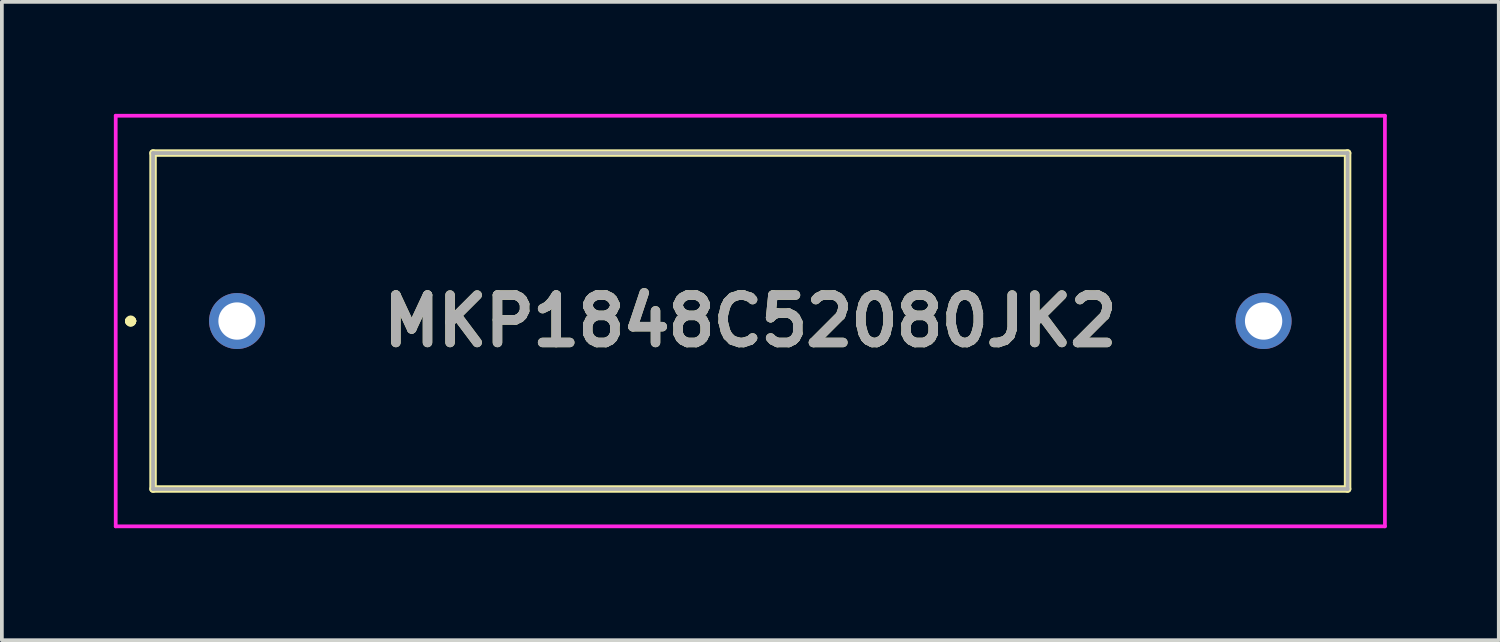
<source format=kicad_pcb>
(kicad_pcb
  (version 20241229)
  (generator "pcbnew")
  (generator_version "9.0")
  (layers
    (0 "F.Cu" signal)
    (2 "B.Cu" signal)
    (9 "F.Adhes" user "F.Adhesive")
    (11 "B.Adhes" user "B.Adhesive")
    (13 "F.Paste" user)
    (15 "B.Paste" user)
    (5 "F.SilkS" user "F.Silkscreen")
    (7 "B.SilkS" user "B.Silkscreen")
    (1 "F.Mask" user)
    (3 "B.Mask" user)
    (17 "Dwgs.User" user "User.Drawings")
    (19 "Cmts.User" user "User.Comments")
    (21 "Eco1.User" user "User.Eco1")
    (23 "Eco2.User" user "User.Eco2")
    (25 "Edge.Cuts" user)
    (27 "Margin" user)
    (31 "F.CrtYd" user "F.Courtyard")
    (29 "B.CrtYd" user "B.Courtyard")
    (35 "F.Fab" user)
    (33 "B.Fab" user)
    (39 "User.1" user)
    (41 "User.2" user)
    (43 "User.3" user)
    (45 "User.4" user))
  (footprint "MKP1848C52080JK2"
    (layer "F.Cu")
    (at 3.3 5.55)
    (property "Reference" "MKP1848C52080JK2" (at 13.75 0 0) (layer "F.SilkS") (effects (font (size 1.27 1.27) (thickness 0.254))))
    (attr through_hole)
    (fp_line (start -2.9 0) (end -2.9 0) (stroke (width 0.2) (type solid)) (layer "F.SilkS"))
    (fp_line (start -2.9 0) (end -2.9 0) (stroke (width 0.2) (type solid)) (layer "F.SilkS"))
    (fp_line (start -2.8 0) (end -2.8 0) (stroke (width 0.2) (type solid)) (layer "F.SilkS"))
    (fp_line (start -2.25 -4.5) (end 29.75 -4.5) (stroke (width 0.2) (type solid)) (layer "F.SilkS"))
    (fp_line (start -2.25 4.5) (end -2.25 -4.5) (stroke (width 0.2) (type solid)) (layer "F.SilkS"))
    (fp_line (start 29.75 -4.5) (end 29.75 4.5) (stroke (width 0.2) (type solid)) (layer "F.SilkS"))
    (fp_line (start 29.75 4.5) (end -2.25 4.5) (stroke (width 0.2) (type solid)) (layer "F.SilkS"))
    (fp_arc (start -2.9 0) (mid -2.85 -0.05) (end -2.8 0) (stroke (width 0.2) (type solid)) (layer "F.SilkS"))
    (fp_arc (start -2.8 0) (mid -2.85 0.05) (end -2.9 0) (stroke (width 0.2) (type solid)) (layer "F.SilkS"))
    (fp_arc (start -2.8 0) (mid -2.85 0.05) (end -2.9 0) (stroke (width 0.2) (type solid)) (layer "F.SilkS"))
    (fp_line (start -3.25 -5.5) (end 30.75 -5.5) (stroke (width 0.1) (type solid)) (layer "F.CrtYd"))
    (fp_line (start -3.25 5.5) (end -3.25 -5.5) (stroke (width 0.1) (type solid)) (layer "F.CrtYd"))
    (fp_line (start 30.75 -5.5) (end 30.75 5.5) (stroke (width 0.1) (type solid)) (layer "F.CrtYd"))
    (fp_line (start 30.75 5.5) (end -3.25 5.5) (stroke (width 0.1) (type solid)) (layer "F.CrtYd"))
    (fp_line (start -2.25 -4.5) (end -2.25 4.5) (stroke (width 0.1) (type solid)) (layer "F.Fab"))
    (fp_line (start -2.25 4.5) (end 29.75 4.5) (stroke (width 0.1) (type solid)) (layer "F.Fab"))
    (fp_line (start 29.75 -4.5) (end -2.25 -4.5) (stroke (width 0.1) (type solid)) (layer "F.Fab"))
    (fp_line (start 29.75 4.5) (end 29.75 -4.5) (stroke (width 0.1) (type solid)) (layer "F.Fab"))
    (fp_text user "${REFERENCE}" (at 13.75 0 0) (layer "F.Fab") (effects (font (size 1.27 1.27) (thickness 0.254))))
    (pad "1" thru_hole circle (at 0 0) (size 1.5 1.5) (drill 1) (layers "*.Cu" "*.Mask"))
    (pad "2" thru_hole circle (at 27.5 0) (size 1.5 1.5) (drill 1) (layers "*.Cu" "*.Mask")))
  (gr_rect
    (start -3 -3)
    (end 37.1 14.1)
    (stroke (width 0.1) (type default))
    (fill no)
    (layer "Edge.Cuts")))
</source>
